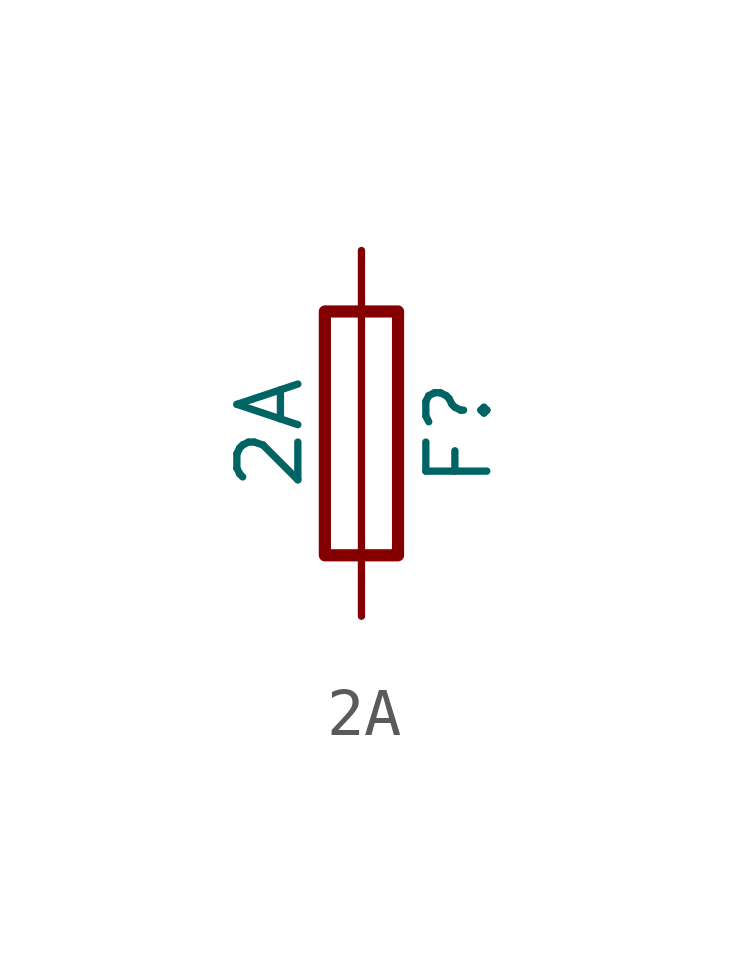
<source format=kicad_sym>
(kicad_symbol_lib
  (version 20220914)
  (generator kicad_db_lib)
  (symbol "2A"
    (pin_numbers hide)
    (pin_names
      (offset 0))
    (property "Reference" "F"
      (at 2.032 0 90)
      (effects (font (size 1.27 1.27))))
    (property "Value" "2A"
      (at -1.905 0 90)
      (effects (font (size 1.27 1.27))))
    (symbol "2A_0_1"
      (rectangle (start -0.762 -2.54) (end 0.762 2.54) (stroke (width 0.254) (type default)) (fill (type none)))
      (polyline (pts (xy 0 2.54) (xy 0 -2.54)) (stroke (width 0) (type default)) (fill (type none))))
    (symbol "2A_1_1"
      (pin passive line (at 0 3.81 270) (length 1.27) (name "~" (effects (font (size 1.27 1.27)))) (number "1" (effects (font (size 1.27 1.27)))))
      (pin passive line (at 0 -3.81 90) (length 1.27) (name "~" (effects (font (size 1.27 1.27)))) (number "2" (effects (font (size 1.27 1.27))))))))
</source>
